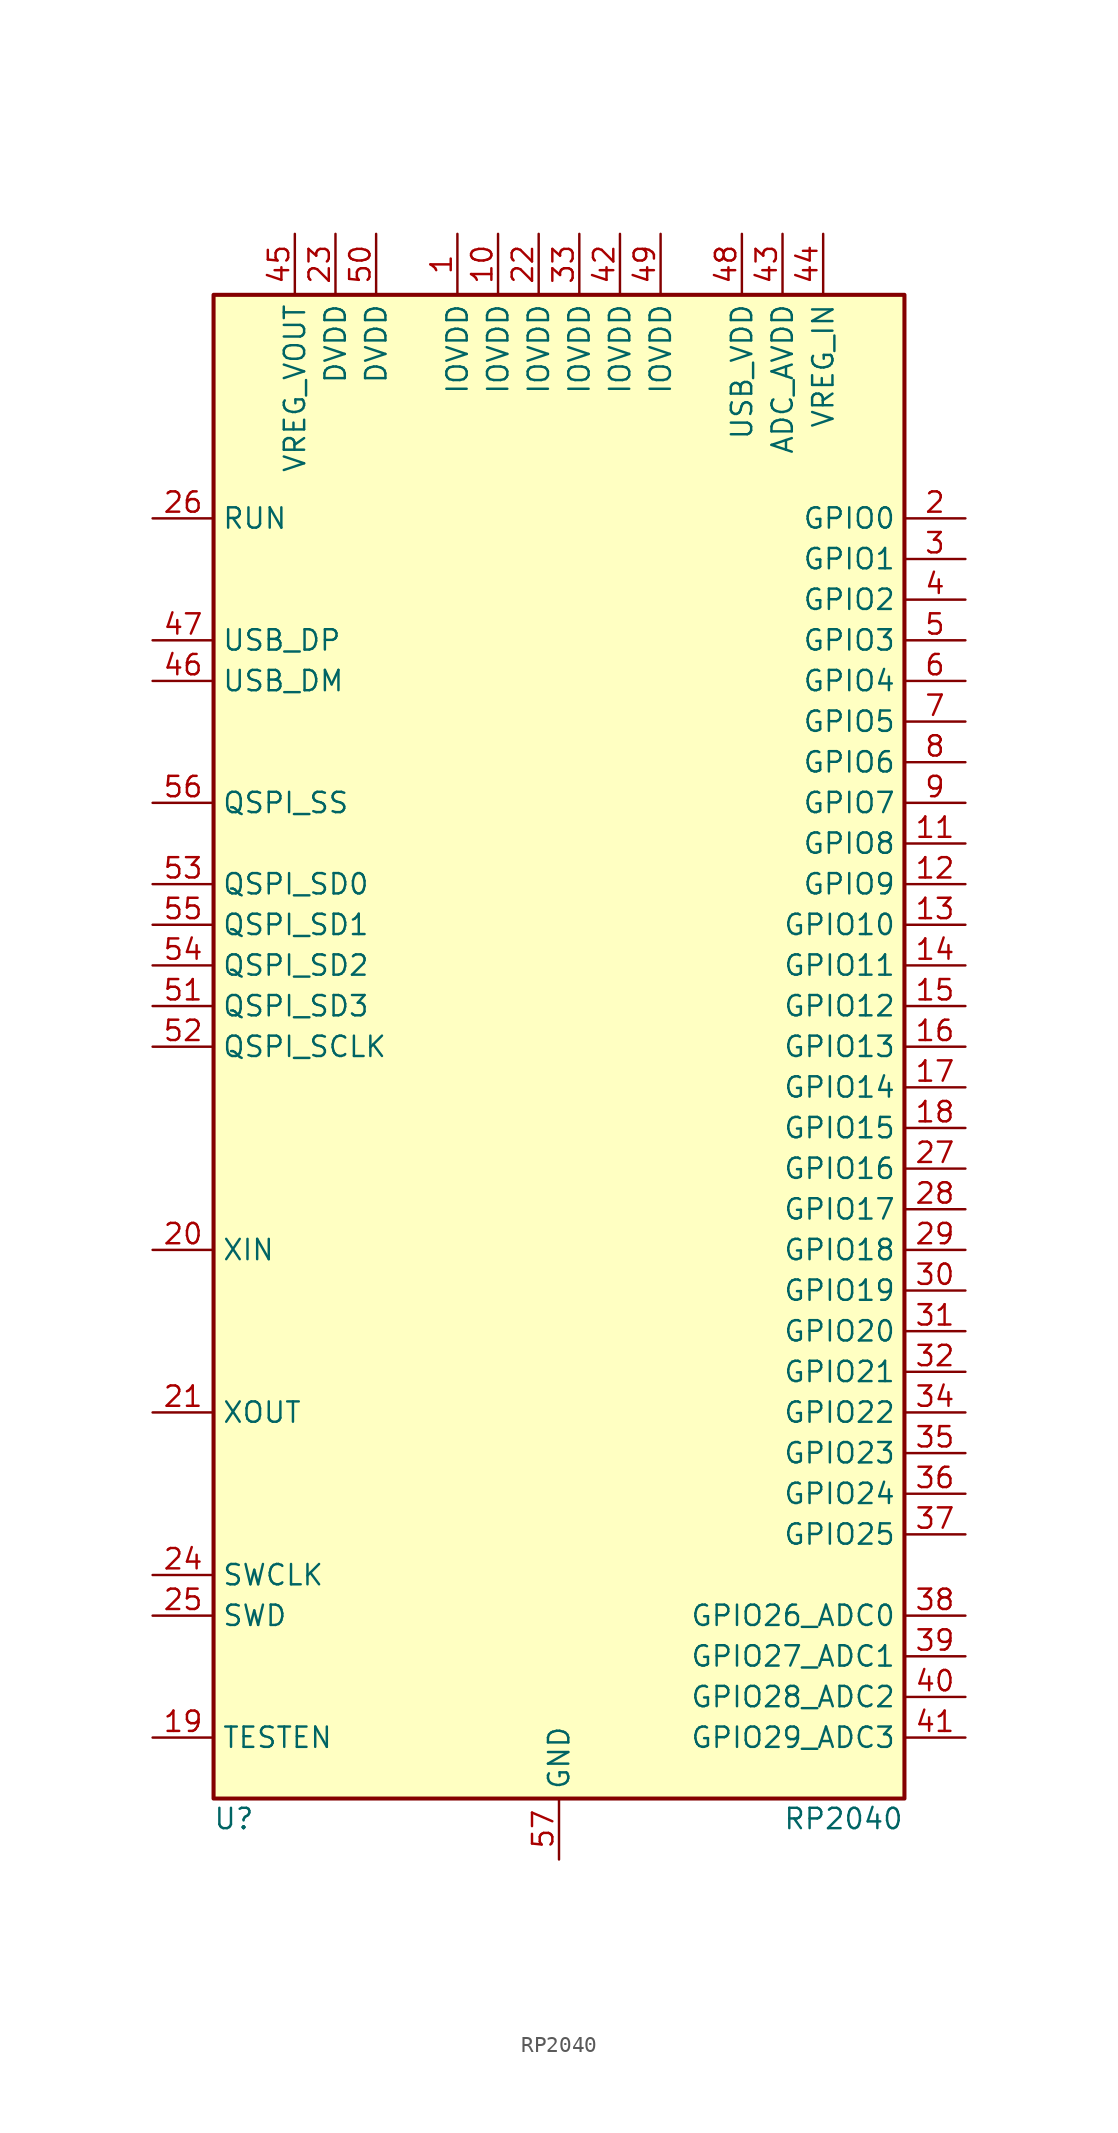
<source format=kicad_sym>
(kicad_symbol_lib
  (version 20220914)
  (generator kicad_symbol_editor)
  (symbol "RP2040"
    (property "Reference" "U"
      (at -20.32 -43.18 0)
      (effects (font (size 1.27 1.27))))
    (property "Value" "RP2040"
      (at 17.78 -43.18 0)
      (effects (font (size 1.27 1.27))))
    (symbol "RP2040_0_1"
      (rectangle (start -21.59 52.07) (end 21.59 -41.91) (stroke (width 0.254) (type default)) (fill (type background))))
    (symbol "RP2040_1_1"
      (pin power_in line (at -6.35 55.88 270) (length 3.81) (name "IOVDD" (effects (font (size 1.27 1.27)))) (number "1" (effects (font (size 1.27 1.27)))))
      (pin passive line (at -3.81 55.88 270) (length 3.81) (name "IOVDD" (effects (font (size 1.27 1.27)))) (number "10" (effects (font (size 1.27 1.27)))))
      (pin bidirectional line (at 25.4 17.78 180) (length 3.81) (name "GPIO8" (effects (font (size 1.27 1.27)))) (number "11" (effects (font (size 1.27 1.27)))))
      (pin bidirectional line (at 25.4 15.24 180) (length 3.81) (name "GPIO9" (effects (font (size 1.27 1.27)))) (number "12" (effects (font (size 1.27 1.27)))))
      (pin bidirectional line (at 25.4 12.7 180) (length 3.81) (name "GPIO10" (effects (font (size 1.27 1.27)))) (number "13" (effects (font (size 1.27 1.27)))))
      (pin bidirectional line (at 25.4 10.16 180) (length 3.81) (name "GPIO11" (effects (font (size 1.27 1.27)))) (number "14" (effects (font (size 1.27 1.27)))))
      (pin bidirectional line (at 25.4 7.62 180) (length 3.81) (name "GPIO12" (effects (font (size 1.27 1.27)))) (number "15" (effects (font (size 1.27 1.27)))))
      (pin bidirectional line (at 25.4 5.08 180) (length 3.81) (name "GPIO13" (effects (font (size 1.27 1.27)))) (number "16" (effects (font (size 1.27 1.27)))))
      (pin bidirectional line (at 25.4 2.54 180) (length 3.81) (name "GPIO14" (effects (font (size 1.27 1.27)))) (number "17" (effects (font (size 1.27 1.27)))))
      (pin bidirectional line (at 25.4 0 180) (length 3.81) (name "GPIO15" (effects (font (size 1.27 1.27)))) (number "18" (effects (font (size 1.27 1.27)))))
      (pin input line (at -25.4 -38.1 0) (length 3.81) (name "TESTEN" (effects (font (size 1.27 1.27)))) (number "19" (effects (font (size 1.27 1.27)))))
      (pin bidirectional line (at 25.4 38.1 180) (length 3.81) (name "GPIO0" (effects (font (size 1.27 1.27)))) (number "2" (effects (font (size 1.27 1.27)))))
      (pin input line (at -25.4 -7.62 0) (length 3.81) (name "XIN" (effects (font (size 1.27 1.27)))) (number "20" (effects (font (size 1.27 1.27)))))
      (pin passive line (at -25.4 -17.78 0) (length 3.81) (name "XOUT" (effects (font (size 1.27 1.27)))) (number "21" (effects (font (size 1.27 1.27)))))
      (pin passive line (at -1.27 55.88 270) (length 3.81) (name "IOVDD" (effects (font (size 1.27 1.27)))) (number "22" (effects (font (size 1.27 1.27)))))
      (pin power_in line (at -13.97 55.88 270) (length 3.81) (name "DVDD" (effects (font (size 1.27 1.27)))) (number "23" (effects (font (size 1.27 1.27)))))
      (pin input line (at -25.4 -27.94 0) (length 3.81) (name "SWCLK" (effects (font (size 1.27 1.27)))) (number "24" (effects (font (size 1.27 1.27)))))
      (pin bidirectional line (at -25.4 -30.48 0) (length 3.81) (name "SWD" (effects (font (size 1.27 1.27)))) (number "25" (effects (font (size 1.27 1.27)))))
      (pin input line (at -25.4 38.1 0) (length 3.81) (name "RUN" (effects (font (size 1.27 1.27)))) (number "26" (effects (font (size 1.27 1.27)))))
      (pin bidirectional line (at 25.4 -2.54 180) (length 3.81) (name "GPIO16" (effects (font (size 1.27 1.27)))) (number "27" (effects (font (size 1.27 1.27)))))
      (pin bidirectional line (at 25.4 -5.08 180) (length 3.81) (name "GPIO17" (effects (font (size 1.27 1.27)))) (number "28" (effects (font (size 1.27 1.27)))))
      (pin bidirectional line (at 25.4 -7.62 180) (length 3.81) (name "GPIO18" (effects (font (size 1.27 1.27)))) (number "29" (effects (font (size 1.27 1.27)))))
      (pin bidirectional line (at 25.4 35.56 180) (length 3.81) (name "GPIO1" (effects (font (size 1.27 1.27)))) (number "3" (effects (font (size 1.27 1.27)))))
      (pin bidirectional line (at 25.4 -10.16 180) (length 3.81) (name "GPIO19" (effects (font (size 1.27 1.27)))) (number "30" (effects (font (size 1.27 1.27)))))
      (pin bidirectional line (at 25.4 -12.7 180) (length 3.81) (name "GPIO20" (effects (font (size 1.27 1.27)))) (number "31" (effects (font (size 1.27 1.27)))))
      (pin bidirectional line (at 25.4 -15.24 180) (length 3.81) (name "GPIO21" (effects (font (size 1.27 1.27)))) (number "32" (effects (font (size 1.27 1.27)))))
      (pin passive line (at 1.27 55.88 270) (length 3.81) (name "IOVDD" (effects (font (size 1.27 1.27)))) (number "33" (effects (font (size 1.27 1.27)))))
      (pin bidirectional line (at 25.4 -17.78 180) (length 3.81) (name "GPIO22" (effects (font (size 1.27 1.27)))) (number "34" (effects (font (size 1.27 1.27)))))
      (pin bidirectional line (at 25.4 -20.32 180) (length 3.81) (name "GPIO23" (effects (font (size 1.27 1.27)))) (number "35" (effects (font (size 1.27 1.27)))))
      (pin bidirectional line (at 25.4 -22.86 180) (length 3.81) (name "GPIO24" (effects (font (size 1.27 1.27)))) (number "36" (effects (font (size 1.27 1.27)))))
      (pin bidirectional line (at 25.4 -25.4 180) (length 3.81) (name "GPIO25" (effects (font (size 1.27 1.27)))) (number "37" (effects (font (size 1.27 1.27)))))
      (pin bidirectional line (at 25.4 -30.48 180) (length 3.81) (name "GPIO26_ADC0" (effects (font (size 1.27 1.27)))) (number "38" (effects (font (size 1.27 1.27)))))
      (pin bidirectional line (at 25.4 -33.02 180) (length 3.81) (name "GPIO27_ADC1" (effects (font (size 1.27 1.27)))) (number "39" (effects (font (size 1.27 1.27)))))
      (pin bidirectional line (at 25.4 33.02 180) (length 3.81) (name "GPIO2" (effects (font (size 1.27 1.27)))) (number "4" (effects (font (size 1.27 1.27)))))
      (pin bidirectional line (at 25.4 -35.56 180) (length 3.81) (name "GPIO28_ADC2" (effects (font (size 1.27 1.27)))) (number "40" (effects (font (size 1.27 1.27)))))
      (pin bidirectional line (at 25.4 -38.1 180) (length 3.81) (name "GPIO29_ADC3" (effects (font (size 1.27 1.27)))) (number "41" (effects (font (size 1.27 1.27)))))
      (pin passive line (at 3.81 55.88 270) (length 3.81) (name "IOVDD" (effects (font (size 1.27 1.27)))) (number "42" (effects (font (size 1.27 1.27)))))
      (pin power_in line (at 13.97 55.88 270) (length 3.81) (name "ADC_AVDD" (effects (font (size 1.27 1.27)))) (number "43" (effects (font (size 1.27 1.27)))))
      (pin power_in line (at 16.51 55.88 270) (length 3.81) (name "VREG_IN" (effects (font (size 1.27 1.27)))) (number "44" (effects (font (size 1.27 1.27)))))
      (pin power_out line (at -16.51 55.88 270) (length 3.81) (name "VREG_VOUT" (effects (font (size 1.27 1.27)))) (number "45" (effects (font (size 1.27 1.27)))))
      (pin bidirectional line (at -25.4 27.94 0) (length 3.81) (name "USB_DM" (effects (font (size 1.27 1.27)))) (number "46" (effects (font (size 1.27 1.27)))))
      (pin bidirectional line (at -25.4 30.48 0) (length 3.81) (name "USB_DP" (effects (font (size 1.27 1.27)))) (number "47" (effects (font (size 1.27 1.27)))))
      (pin power_in line (at 11.43 55.88 270) (length 3.81) (name "USB_VDD" (effects (font (size 1.27 1.27)))) (number "48" (effects (font (size 1.27 1.27)))))
      (pin passive line (at 6.35 55.88 270) (length 3.81) (name "IOVDD" (effects (font (size 1.27 1.27)))) (number "49" (effects (font (size 1.27 1.27)))))
      (pin bidirectional line (at 25.4 30.48 180) (length 3.81) (name "GPIO3" (effects (font (size 1.27 1.27)))) (number "5" (effects (font (size 1.27 1.27)))))
      (pin passive line (at -11.43 55.88 270) (length 3.81) (name "DVDD" (effects (font (size 1.27 1.27)))) (number "50" (effects (font (size 1.27 1.27)))))
      (pin bidirectional line (at -25.4 7.62 0) (length 3.81) (name "QSPI_SD3" (effects (font (size 1.27 1.27)))) (number "51" (effects (font (size 1.27 1.27)))))
      (pin output line (at -25.4 5.08 0) (length 3.81) (name "QSPI_SCLK" (effects (font (size 1.27 1.27)))) (number "52" (effects (font (size 1.27 1.27)))))
      (pin bidirectional line (at -25.4 15.24 0) (length 3.81) (name "QSPI_SD0" (effects (font (size 1.27 1.27)))) (number "53" (effects (font (size 1.27 1.27)))))
      (pin bidirectional line (at -25.4 10.16 0) (length 3.81) (name "QSPI_SD2" (effects (font (size 1.27 1.27)))) (number "54" (effects (font (size 1.27 1.27)))))
      (pin bidirectional line (at -25.4 12.7 0) (length 3.81) (name "QSPI_SD1" (effects (font (size 1.27 1.27)))) (number "55" (effects (font (size 1.27 1.27)))))
      (pin bidirectional line (at -25.4 20.32 0) (length 3.81) (name "QSPI_SS" (effects (font (size 1.27 1.27)))) (number "56" (effects (font (size 1.27 1.27)))))
      (pin power_in line (at 0 -45.72 90) (length 3.81) (name "GND" (effects (font (size 1.27 1.27)))) (number "57" (effects (font (size 1.27 1.27)))))
      (pin bidirectional line (at 25.4 27.94 180) (length 3.81) (name "GPIO4" (effects (font (size 1.27 1.27)))) (number "6" (effects (font (size 1.27 1.27)))))
      (pin bidirectional line (at 25.4 25.4 180) (length 3.81) (name "GPIO5" (effects (font (size 1.27 1.27)))) (number "7" (effects (font (size 1.27 1.27)))))
      (pin bidirectional line (at 25.4 22.86 180) (length 3.81) (name "GPIO6" (effects (font (size 1.27 1.27)))) (number "8" (effects (font (size 1.27 1.27)))))
      (pin bidirectional line (at 25.4 20.32 180) (length 3.81) (name "GPIO7" (effects (font (size 1.27 1.27)))) (number "9" (effects (font (size 1.27 1.27))))))))
</source>
